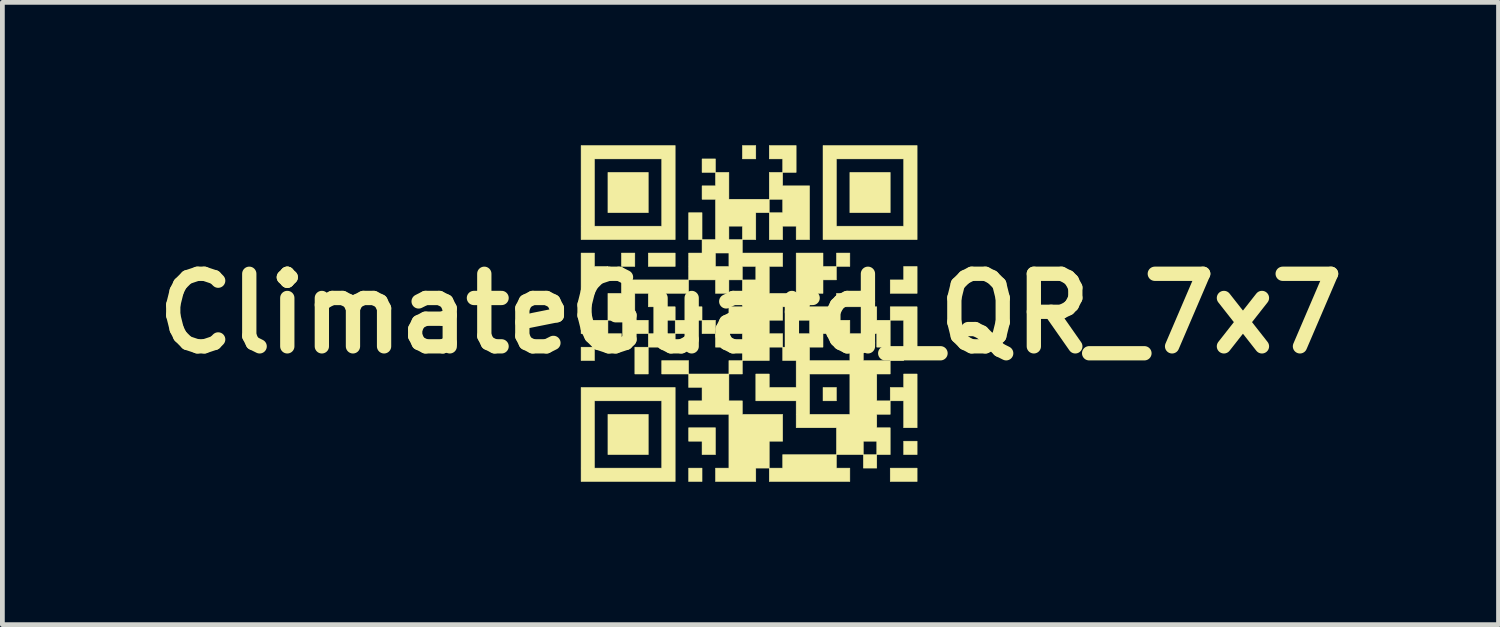
<source format=kicad_pcb>
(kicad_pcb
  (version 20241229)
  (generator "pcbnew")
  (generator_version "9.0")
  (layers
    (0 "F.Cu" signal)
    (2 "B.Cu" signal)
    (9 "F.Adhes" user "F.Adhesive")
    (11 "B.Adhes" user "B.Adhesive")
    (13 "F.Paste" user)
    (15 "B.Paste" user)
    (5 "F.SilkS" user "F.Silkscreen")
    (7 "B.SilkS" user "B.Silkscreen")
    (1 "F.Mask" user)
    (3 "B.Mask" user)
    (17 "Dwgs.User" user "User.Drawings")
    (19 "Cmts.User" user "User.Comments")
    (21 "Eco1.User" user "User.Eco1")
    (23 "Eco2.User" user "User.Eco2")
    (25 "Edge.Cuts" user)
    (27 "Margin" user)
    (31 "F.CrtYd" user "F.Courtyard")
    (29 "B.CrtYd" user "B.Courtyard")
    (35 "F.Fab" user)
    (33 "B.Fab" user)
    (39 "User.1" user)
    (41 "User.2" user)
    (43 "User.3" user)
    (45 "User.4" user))
  (footprint "ClimateGuard_QR_7x7"
    (layer "F.Cu")
    (at 12.707 3.533)
    (property "Reference" "ClimateGuard_QR_7x7" (at 0 0 0) (layer "F.SilkS") (effects (font (size 1.524 1.524) (thickness 0.3))))
    (attr through_hole)
    (fp_poly (pts (xy -3.274 0.988) (xy -3.556 0.988) (xy -3.556 0.706) (xy -3.274 0.706) (xy -3.274 0.988)) (stroke (width 0.01) (type solid)) (fill yes) (layer "F.SilkS"))
    (fp_poly (pts (xy -2.427 -0.988) (xy -2.709 -0.988) (xy -2.709 -1.27) (xy -2.427 -1.27) (xy -2.427 -0.988)) (stroke (width 0.01) (type solid)) (fill yes) (layer "F.SilkS"))
    (fp_poly (pts (xy -2.427 0.423) (xy -2.427 0.141) (xy -2.145 0.141) (xy -2.145 0.423) (xy -2.427 0.423)) (stroke (width 0.01) (type solid)) (fill yes) (layer "F.SilkS"))
    (fp_poly (pts (xy -2.145 -2.117) (xy -2.992 -2.117) (xy -2.992 -2.963) (xy -2.145 -2.963) (xy -2.145 -2.117)) (stroke (width 0.01) (type solid)) (fill yes) (layer "F.SilkS"))
    (fp_poly (pts (xy -2.145 0.423) (xy -1.58 0.423) (xy -1.58 0.706) (xy -2.145 0.706) (xy -2.145 0.423)) (stroke (width 0.01) (type solid)) (fill yes) (layer "F.SilkS"))
    (fp_poly (pts (xy -2.145 1.27) (xy -2.427 1.27) (xy -2.427 0.706) (xy -2.145 0.706) (xy -2.145 1.27)) (stroke (width 0.01) (type solid)) (fill yes) (layer "F.SilkS"))
    (fp_poly (pts (xy -2.145 2.963) (xy -2.992 2.963) (xy -2.992 2.117) (xy -2.145 2.117) (xy -2.145 2.963)) (stroke (width 0.01) (type solid)) (fill yes) (layer "F.SilkS"))
    (fp_poly (pts (xy -1.863 1.27) (xy -1.863 0.988) (xy -1.298 0.988) (xy -1.298 1.27) (xy -1.863 1.27)) (stroke (width 0.01) (type solid)) (fill yes) (layer "F.SilkS"))
    (fp_poly (pts (xy -1.58 -0.988) (xy -2.145 -0.988) (xy -2.145 -1.27) (xy -1.58 -1.27) (xy -1.58 -0.988)) (stroke (width 0.01) (type solid)) (fill yes) (layer "F.SilkS"))
    (fp_poly (pts (xy -1.58 0.141) (xy -1.863 0.141) (xy -1.863 -0.141) (xy -1.58 -0.141) (xy -1.58 0.141)) (stroke (width 0.01) (type solid)) (fill yes) (layer "F.SilkS"))
    (fp_poly (pts (xy -1.58 0.141) (xy -1.298 0.141) (xy -1.298 0.423) (xy -1.58 0.423) (xy -1.58 0.141)) (stroke (width 0.01) (type solid)) (fill yes) (layer "F.SilkS"))
    (fp_poly (pts (xy -1.298 -1.552) (xy -1.298 -2.117) (xy -1.016 -2.117) (xy -1.016 -1.552) (xy -1.298 -1.552)) (stroke (width 0.01) (type solid)) (fill yes) (layer "F.SilkS"))
    (fp_poly (pts (xy -1.298 -0.141) (xy -1.016 -0.141) (xy -1.016 0.141) (xy -1.298 0.141) (xy -1.298 -0.141)) (stroke (width 0.01) (type solid)) (fill yes) (layer "F.SilkS"))
    (fp_poly (pts (xy -1.016 -2.963) (xy -1.016 -3.246) (xy -0.734 -3.246) (xy -0.734 -2.963) (xy -1.016 -2.963)) (stroke (width 0.01) (type solid)) (fill yes) (layer "F.SilkS"))
    (fp_poly (pts (xy -1.016 0.423) (xy -1.016 0.141) (xy -0.734 0.141) (xy -0.734 0.423) (xy -1.016 0.423)) (stroke (width 0.01) (type solid)) (fill yes) (layer "F.SilkS"))
    (fp_poly (pts (xy -1.016 3.528) (xy -1.298 3.528) (xy -1.298 3.246) (xy -1.016 3.246) (xy -1.016 3.528)) (stroke (width 0.01) (type solid)) (fill yes) (layer "F.SilkS"))
    (fp_poly (pts (xy -0.452 0.423) (xy -0.452 0.706) (xy -0.734 0.706) (xy -0.734 0.423) (xy -0.452 0.423)) (stroke (width 0.01) (type solid)) (fill yes) (layer "F.SilkS"))
    (fp_poly (pts (xy 0.113 -3.246) (xy -0.169 -3.246) (xy -0.169 -3.528) (xy 0.113 -3.528) (xy 0.113 -3.246)) (stroke (width 0.01) (type solid)) (fill yes) (layer "F.SilkS"))
    (fp_poly (pts (xy 1.806 -1.27) (xy 2.088 -1.27) (xy 2.088 -0.988) (xy 1.806 -0.988) (xy 1.806 -1.27)) (stroke (width 0.01) (type solid)) (fill yes) (layer "F.SilkS"))
    (fp_poly (pts (xy 1.806 -0.423) (xy 2.371 -0.423) (xy 2.371 -0.141) (xy 1.806 -0.141) (xy 1.806 -0.423)) (stroke (width 0.01) (type solid)) (fill yes) (layer "F.SilkS"))
    (fp_poly (pts (xy 1.806 1.834) (xy 1.524 1.834) (xy 1.524 1.552) (xy 1.806 1.552) (xy 1.806 1.834)) (stroke (width 0.01) (type solid)) (fill yes) (layer "F.SilkS"))
    (fp_poly (pts (xy 2.935 -2.117) (xy 2.088 -2.117) (xy 2.088 -2.963) (xy 2.935 -2.963) (xy 2.935 -2.117)) (stroke (width 0.01) (type solid)) (fill yes) (layer "F.SilkS"))
    (fp_poly (pts (xy 3.217 0.988) (xy 2.935 0.988) (xy 2.935 0.706) (xy 3.217 0.706) (xy 3.217 0.988)) (stroke (width 0.01) (type solid)) (fill yes) (layer "F.SilkS"))
    (fp_poly (pts (xy 3.5 2.963) (xy 3.217 2.963) (xy 3.217 2.681) (xy 3.5 2.681) (xy 3.5 2.963)) (stroke (width 0.01) (type solid)) (fill yes) (layer "F.SilkS"))
    (fp_poly (pts (xy 3.5 3.528) (xy 2.935 3.528) (xy 2.935 3.246) (xy 3.5 3.246) (xy 3.5 3.528)) (stroke (width 0.01) (type solid)) (fill yes) (layer "F.SilkS"))
    (fp_poly (pts (xy -0.734 2.963) (xy -1.016 2.963) (xy -1.016 2.681) (xy -1.298 2.681) (xy -1.298 2.399) (xy -0.734 2.399) (xy -0.734 2.963)) (stroke (width 0.01) (type solid)) (fill yes) (layer "F.SilkS"))
    (fp_poly (pts (xy 0.677 -3.246) (xy 0.395 -3.246) (xy 0.395 -3.528) (xy 0.96 -3.528) (xy 0.96 -2.963) (xy 0.677 -2.963) (xy 0.677 -3.246)) (stroke (width 0.01) (type solid)) (fill yes) (layer "F.SilkS"))
    (fp_poly (pts (xy 2.935 -0.141) (xy 3.5 -0.141) (xy 3.5 0.706) (xy 3.217 0.706) (xy 3.217 0.141) (xy 2.935 0.141) (xy 2.935 -0.141)) (stroke (width 0.01) (type solid)) (fill yes) (layer "F.SilkS"))
    (fp_poly (pts (xy 3.5 -0.423) (xy 2.935 -0.423) (xy 2.935 -0.706) (xy 3.217 -0.706) (xy 3.217 -0.988) (xy 3.5 -0.988) (xy 3.5 -0.423)) (stroke (width 0.01) (type solid)) (fill yes) (layer "F.SilkS"))
    (fp_poly (pts (xy -3.274 -0.988) (xy -2.992 -0.988) (xy -2.992 -0.706) (xy -3.274 -0.706) (xy -3.274 -0.423) (xy -3.556 -0.423) (xy -3.556 -1.27) (xy -3.274 -1.27) (xy -3.274 -0.988)) (stroke (width 0.01) (type solid)) (fill yes) (layer "F.SilkS"))
    (fp_poly (pts (xy -3.274 0.423) (xy -3.556 0.423) (xy -3.556 0.141) (xy -2.992 0.141) (xy -2.992 0.423) (xy -2.709 0.423) (xy -2.709 0.706) (xy -3.274 0.706) (xy -3.274 0.423)) (stroke (width 0.01) (type solid)) (fill yes) (layer "F.SilkS"))
    (fp_poly (pts (xy 2.935 0.706) (xy 2.653 0.706) (xy 2.653 0.423) (xy 2.371 0.423) (xy 2.371 -0.141) (xy 2.653 -0.141) (xy 2.653 0.141) (xy 2.935 0.141) (xy 2.935 0.706)) (stroke (width 0.01) (type solid)) (fill yes) (layer "F.SilkS"))
    (fp_poly (pts (xy 2.935 1.552) (xy 3.217 1.552) (xy 3.217 1.27) (xy 3.5 1.27) (xy 3.5 2.399) (xy 3.217 2.399) (xy 3.217 1.834) (xy 2.935 1.834) (xy 2.935 1.552)) (stroke (width 0.01) (type solid)) (fill yes) (layer "F.SilkS"))
    (fp_poly (pts (xy -1.58 -1.552) (xy -3.556 -1.552) (xy -3.556 -3.246) (xy -3.274 -3.246) (xy -3.274 -1.834) (xy -1.863 -1.834) (xy -1.863 -3.246) (xy -3.274 -3.246) (xy -3.556 -3.246) (xy -3.556 -3.528) (xy -1.58 -3.528) (xy -1.58 -1.552)) (stroke (width 0.01) (type solid)) (fill yes) (layer "F.SilkS"))
    (fp_poly (pts (xy -1.58 3.528) (xy -3.556 3.528) (xy -3.556 1.834) (xy -3.274 1.834) (xy -3.274 3.246) (xy -1.863 3.246) (xy -1.863 1.834) (xy -3.274 1.834) (xy -3.556 1.834) (xy -3.556 1.552) (xy -1.58 1.552) (xy -1.58 3.528)) (stroke (width 0.01) (type solid)) (fill yes) (layer "F.SilkS"))
    (fp_poly (pts (xy 3.5 -1.552) (xy 1.524 -1.552) (xy 1.524 -3.246) (xy 1.806 -3.246) (xy 1.806 -1.834) (xy 3.217 -1.834) (xy 3.217 -3.246) (xy 1.806 -3.246) (xy 1.524 -3.246) (xy 1.524 -3.528) (xy 3.5 -3.528) (xy 3.5 -1.552)) (stroke (width 0.01) (type solid)) (fill yes) (layer "F.SilkS"))
    (fp_poly (pts (xy -2.992 -0.423) (xy -2.709 -0.423) (xy -2.709 -0.706) (xy -1.298 -0.706) (xy -1.298 -0.423) (xy -1.863 -0.423) (xy -1.863 -0.141) (xy -2.145 -0.141) (xy -2.145 -0.423) (xy -2.427 -0.423) (xy -2.427 0.141) (xy -2.992 0.141) (xy -2.992 -0.423)) (stroke (width 0.01) (type solid)) (fill yes) (layer "F.SilkS"))
    (fp_poly (pts (xy 1.806 -0.706) (xy 1.524 -0.706) (xy 1.524 -0.423) (xy 1.242 -0.423) (xy 1.242 -0.141) (xy 1.806 -0.141) (xy 1.806 0.141) (xy 2.088 0.141) (xy 2.088 0.423) (xy 2.371 0.423) (xy 2.371 0.988) (xy 2.935 0.988) (xy 2.935 1.27) (xy 2.653 1.27) (xy 2.653 1.834) (xy 2.935 1.834) (xy 2.935 2.117) (xy 2.653 2.117) (xy 2.653 2.399) (xy 2.935 2.399) (xy 2.935 2.963) (xy 2.653 2.963) (xy 2.653 3.246) (xy 2.371 3.246) (xy 2.371 2.963) (xy 1.806 2.963) (xy 1.806 3.246) (xy 2.088 3.246) (xy 2.088 3.528) (xy 0.395 3.528) (xy 0.395 3.246) (xy 0.113 3.246) (xy 0.113 3.528) (xy -0.734 3.528) (xy -0.734 3.246) (xy -0.452 3.246) (xy -0.452 2.117) (xy -1.298 2.117) (xy -1.298 1.834) (xy -1.016 1.834) (xy -1.016 1.552) (xy -1.298 1.552) (xy -1.298 1.27) (xy -0.452 1.27) (xy -0.452 1.834) (xy -0.169 1.834) (xy -0.169 2.117) (xy 0.677 2.117) (xy 0.677 2.681) (xy 0.395 2.681) (xy 0.395 3.246) (xy 0.677 3.246) (xy 0.677 2.963) (xy 1.806 2.963) (xy 1.806 2.681) (xy 2.371 2.681) (xy 2.371 2.963) (xy 2.653 2.963) (xy 2.653 2.681) (xy 2.371 2.681) (xy 1.806 2.681) (xy 1.806 2.399) (xy 0.96 2.399) (xy 0.96 1.834) (xy 0.113 1.834) (xy 0.113 1.27) (xy 0.395 1.27) (xy 0.395 1.552) (xy 0.96 1.552) (xy 0.96 1.27) (xy 1.242 1.27) (xy 1.242 2.117) (xy 2.088 2.117) (xy 2.088 1.27) (xy 1.242 1.27) (xy 0.96 1.27) (xy 0.96 0.988) (xy 0.677 0.988) (xy 0.677 0.706) (xy 0.395 0.706) (xy 0.395 0.988) (xy -0.169 0.988) (xy -0.169 1.27) (xy -0.452 1.27) (xy -0.452 0.988) (xy -0.169 0.988) (xy -0.169 0.423) (xy -0.452 0.423) (xy -0.452 0.141) (xy 0.395 0.141) (xy 0.395 0.423) (xy 0.677 0.423) (xy 0.677 0.706) (xy 0.96 0.706) (xy 1.242 0.706) (xy 1.242 0.988) (xy 2.088 0.988) (xy 2.088 0.706) (xy 1.806 0.706) (xy 1.806 0.423) (xy 1.524 0.423) (xy 1.524 0.706) (xy 1.242 0.706) (xy 0.96 0.706) (xy 0.96 0.423) (xy 1.242 0.423) (xy 1.242 0.141) (xy 0.96 0.141) (xy 0.96 -0.141) (xy 0.677 -0.141) (xy 0.677 0.141) (xy 0.395 0.141) (xy -0.452 0.141) (xy -0.452 -0.141) (xy -0.169 -0.141) (xy -0.169 -0.706) (xy -0.452 -0.706) (xy -0.452 -0.423) (xy -0.734 -0.423) (xy -0.734 -0.706) (xy -1.298 -0.706) (xy -1.298 -1.27) (xy -1.016 -1.27) (xy -0.734 -1.27) (xy -0.734 -0.988) (xy -0.452 -0.988) (xy -0.169 -0.988) (xy -0.169 -0.706) (xy 0.113 -0.706) (xy 0.113 -0.988) (xy -0.169 -0.988) (xy -0.452 -0.988) (xy -0.452 -1.27) (xy -0.734 -1.27) (xy -1.016 -1.27) (xy -1.016 -1.552) (xy -0.734 -1.552) (xy -0.734 -1.834) (xy -0.452 -1.834) (xy -0.452 -1.552) (xy -0.169 -1.552) (xy -0.169 -1.834) (xy -0.452 -1.834) (xy -0.734 -1.834) (xy -0.734 -2.399) (xy -1.016 -2.399) (xy -1.016 -2.681) (xy -0.734 -2.681) (xy -0.734 -2.963) (xy -0.452 -2.963) (xy -0.452 -2.399) (xy 0.395 -2.399) (xy 0.395 -2.117) (xy 0.677 -2.117) (xy 0.677 -2.399) (xy 0.395 -2.399) (xy 0.395 -2.963) (xy 0.677 -2.963) (xy 0.677 -2.681) (xy 1.242 -2.681) (xy 1.242 -1.552) (xy 0.96 -1.552) (xy 0.96 -1.834) (xy 0.677 -1.834) (xy 0.677 -1.552) (xy 0.395 -1.552) (xy 0.395 -2.117) (xy 0.113 -2.117) (xy 0.113 -1.552) (xy -0.169 -1.552) (xy -0.169 -1.27) (xy 0.677 -1.27) (xy 0.677 -0.988) (xy 0.395 -0.988) (xy 0.395 -0.423) (xy 0.96 -0.423) (xy 0.96 -1.27) (xy 1.524 -1.27) (xy 1.524 -0.988) (xy 1.806 -0.988) (xy 1.806 -0.706)) (stroke (width 0.01) (type solid)) (fill yes) (layer "F.SilkS")))
  (gr_rect
    (start -3 -3)
    (end 28.415 10.066)
    (stroke (width 0.1) (type default))
    (fill no)
    (layer "Edge.Cuts")))
</source>
